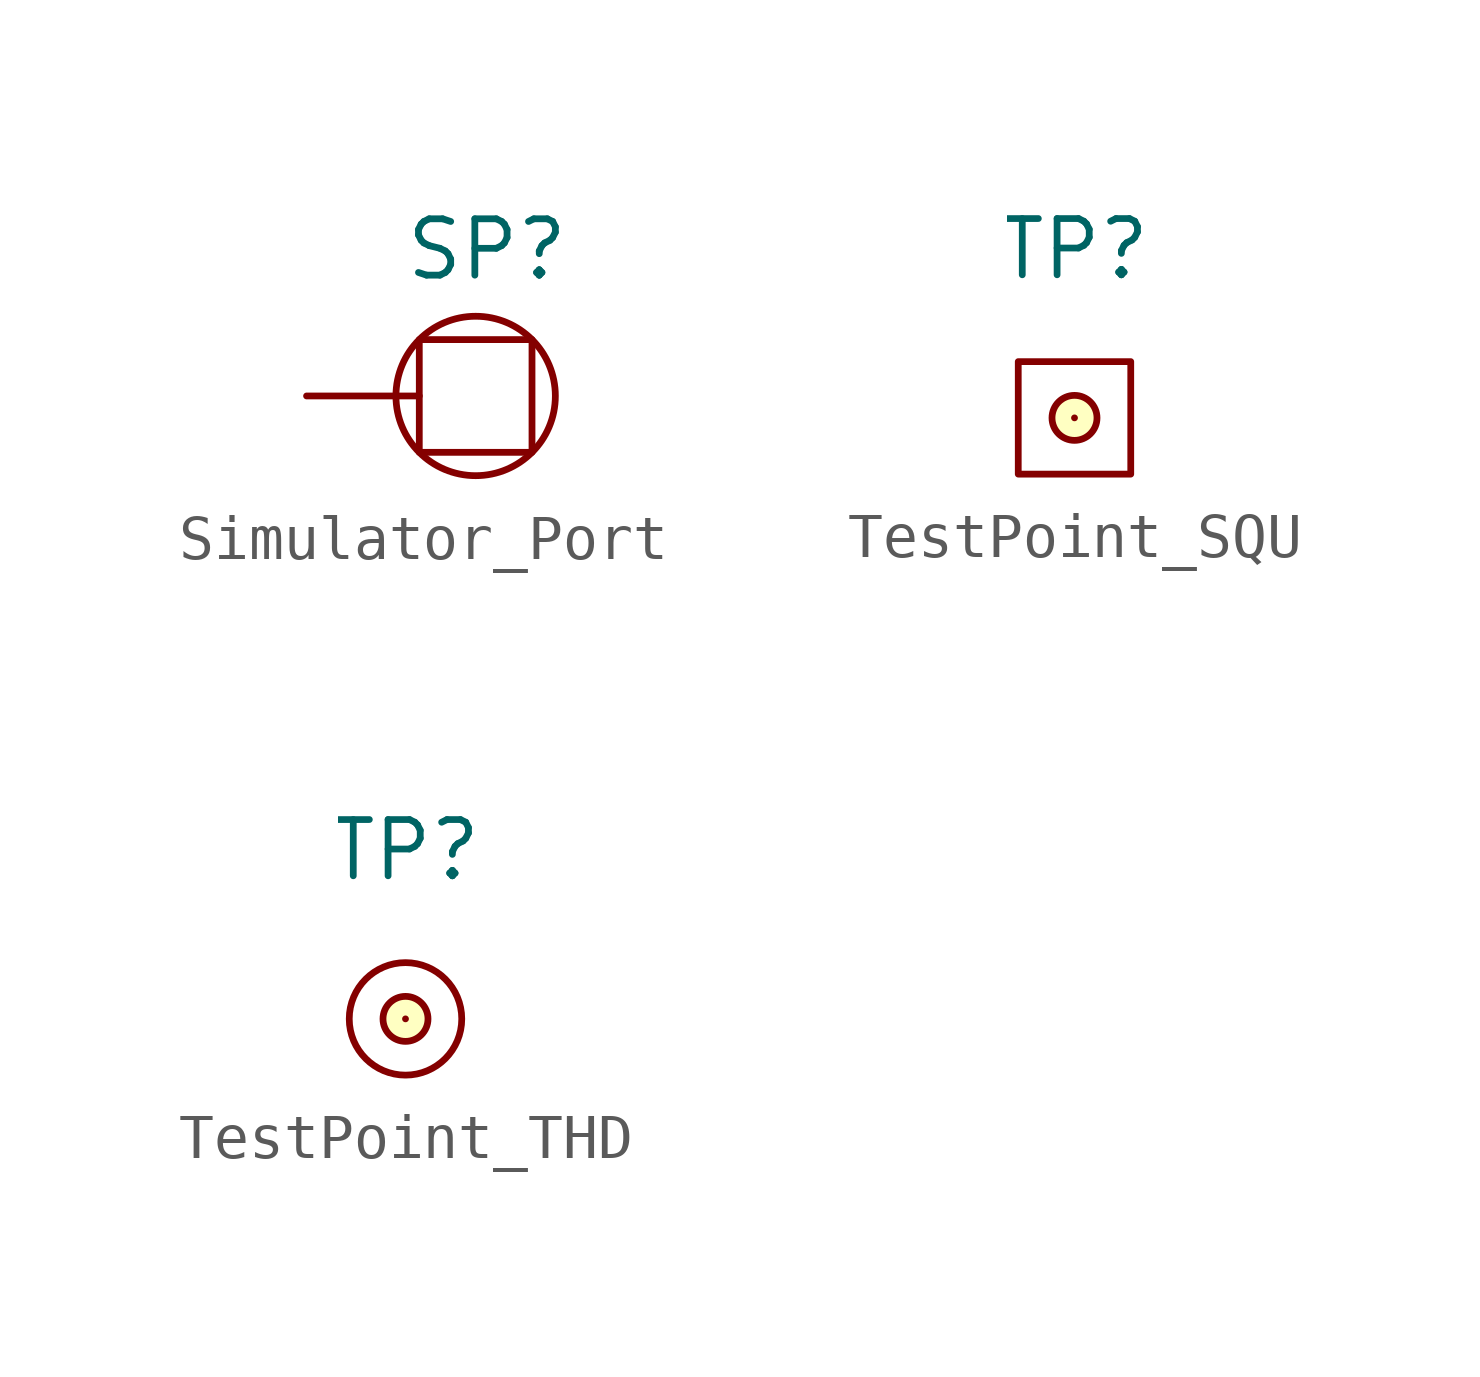
<source format=kicad_sym>
(kicad_symbol_lib
  (version 20231120)
  (generator "kicad_symbol_editor")
  (generator_version "8.0")
  (symbol "Simulator_Port"
    (pin_numbers hide)
    (pin_names
      (offset 0) hide)
    (property "Reference" "SP"
      (at 4.064 3.302 0)
      (effects (font (size 1.27 1.27))))
    (symbol "Simulator_Port_0_0"
      (pin passive line (at 0 0 0) (length 2.54) (name "Port" (effects (font (size 1.27 1.27)))) (number "0" (effects (font (size 1.27 1.27))))))
    (symbol "Simulator_Port_0_1"
      (rectangle (start 2.54 1.27) (end 5.08 -1.27) (stroke (width 0) (type default)) (fill (type none)))
      (circle (center 3.81 0) (radius 1.796) (stroke (width 0) (type default)) (fill (type none)))))
  (symbol "TestPoint_SQU"
    (pin_numbers hide)
    (pin_names
      (offset 0.762) hide)
    (property "Reference" "TP"
      (at 0 3.81 0)
      (effects (font (size 1.27 1.27))))
    (symbol "TestPoint_SQU_0_1"
      (rectangle (start -1.27 1.27) (end 1.27 -1.27) (stroke (width 0) (type default)) (fill (type none)))
      (circle (center 0 0) (radius 0.508) (stroke (width 0) (type default)) (fill (type background))))
    (symbol "TestPoint_SQU_1_1"
      (pin passive line (at 0 0 90) (length 0) (name "1" (effects (font (size 1.27 1.27)))) (number "1" (effects (font (size 1.27 1.27)))))))
  (symbol "TestPoint_THD"
    (pin_numbers hide)
    (pin_names
      (offset 0.762) hide)
    (property "Reference" "TP"
      (at 0 3.81 0)
      (effects (font (size 1.27 1.27))))
    (symbol "TestPoint_THD_0_1"
      (circle (center 0 0) (radius 0.508) (stroke (width 0) (type default)) (fill (type background)))
      (circle (center 0 0) (radius 1.27) (stroke (width 0) (type default)) (fill (type none))))
    (symbol "TestPoint_THD_1_1"
      (pin passive line (at 0 0 90) (length 0) (name "1" (effects (font (size 1.27 1.27)))) (number "1" (effects (font (size 1.27 1.27))))))))
</source>
